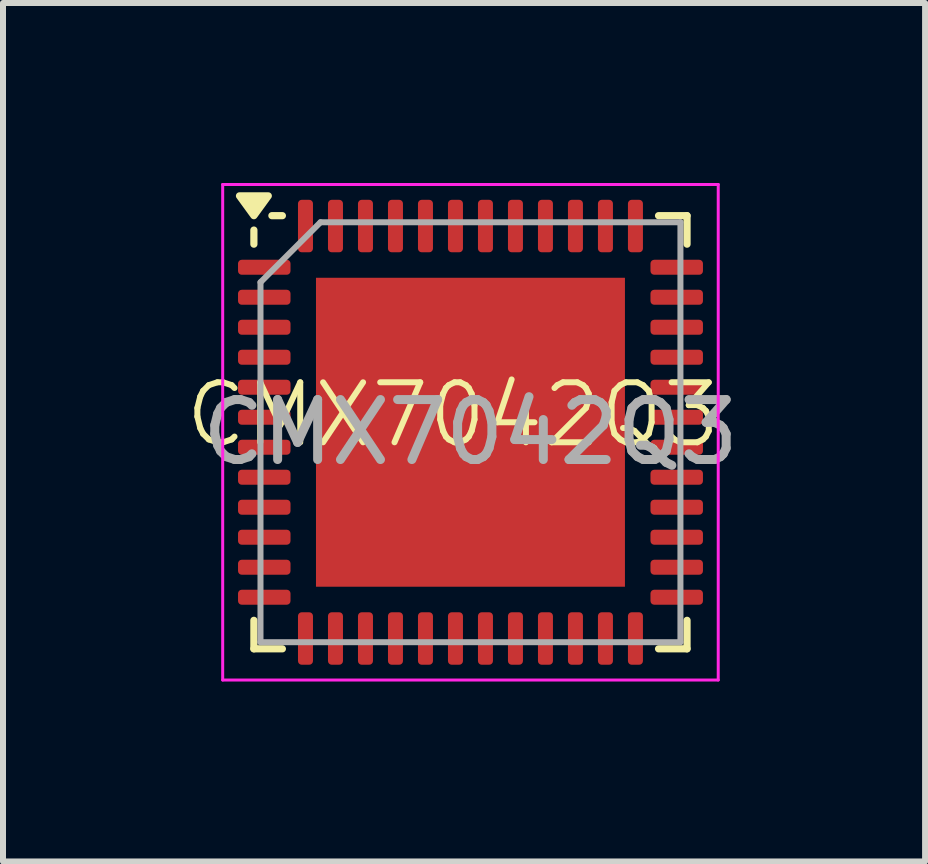
<source format=kicad_pcb>
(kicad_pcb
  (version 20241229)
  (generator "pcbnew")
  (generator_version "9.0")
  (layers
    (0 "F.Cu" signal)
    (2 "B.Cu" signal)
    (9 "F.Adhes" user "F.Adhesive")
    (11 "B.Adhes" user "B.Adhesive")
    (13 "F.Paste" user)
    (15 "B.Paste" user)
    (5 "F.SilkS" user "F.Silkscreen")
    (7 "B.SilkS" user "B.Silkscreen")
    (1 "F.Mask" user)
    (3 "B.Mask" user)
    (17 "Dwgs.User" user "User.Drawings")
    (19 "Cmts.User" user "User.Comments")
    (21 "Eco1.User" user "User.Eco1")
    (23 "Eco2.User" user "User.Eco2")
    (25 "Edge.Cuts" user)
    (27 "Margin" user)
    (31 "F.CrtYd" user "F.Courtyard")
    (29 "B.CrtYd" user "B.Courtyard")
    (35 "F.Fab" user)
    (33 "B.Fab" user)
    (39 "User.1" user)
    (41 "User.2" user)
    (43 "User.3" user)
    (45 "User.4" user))
  (footprint "CMX7042Q3"
    (layer "F.Cu")
    (at 4.502 4.365)
    (property "Reference" "CMX7042Q3" (at 0 -0.5 0) (unlocked yes) (layer "F.SilkS") (effects (font (size 1 1) (thickness 0.1))))
    (attr smd)
    (fp_line (start -3.32 -3.345) (end -3.32 -3.58) (stroke (width 0.12) (type solid)) (layer "F.SilkS"))
    (fp_line (start -3.32 3.4) (end -3.32 2.925) (stroke (width 0.12) (type solid)) (layer "F.SilkS"))
    (fp_line (start -2.845 -3.82) (end -3.02 -3.82) (stroke (width 0.12) (type solid)) (layer "F.SilkS"))
    (fp_line (start -2.845 3.4) (end -3.32 3.4) (stroke (width 0.12) (type solid)) (layer "F.SilkS"))
    (fp_line (start 3.425 -3.82) (end 3.9 -3.82) (stroke (width 0.12) (type solid)) (layer "F.SilkS"))
    (fp_line (start 3.425 3.4) (end 3.9 3.4) (stroke (width 0.12) (type solid)) (layer "F.SilkS"))
    (fp_line (start 3.9 -3.82) (end 3.9 -3.345) (stroke (width 0.12) (type solid)) (layer "F.SilkS"))
    (fp_line (start 3.9 3.4) (end 3.9 2.925) (stroke (width 0.12) (type solid)) (layer "F.SilkS"))
    (fp_poly (pts (xy -3.32 -3.82) (xy -3.56 -4.15) (xy -3.08 -4.15) (xy -3.32 -3.82)) (stroke (width 0.12) (type solid)) (fill yes) (layer "F.SilkS"))
    (fp_line (start -3.84 -4.34) (end -3.84 3.92) (stroke (width 0.05) (type solid)) (layer "F.CrtYd"))
    (fp_line (start -3.84 3.92) (end 4.42 3.92) (stroke (width 0.05) (type solid)) (layer "F.CrtYd"))
    (fp_line (start 4.42 -4.34) (end -3.84 -4.34) (stroke (width 0.05) (type solid)) (layer "F.CrtYd"))
    (fp_line (start 4.42 3.92) (end 4.42 -4.34) (stroke (width 0.05) (type solid)) (layer "F.CrtYd"))
    (fp_line (start -3.21 -2.71) (end -2.21 -3.71) (stroke (width 0.1) (type solid)) (layer "F.Fab"))
    (fp_line (start -3.21 3.29) (end -3.21 -2.71) (stroke (width 0.1) (type solid)) (layer "F.Fab"))
    (fp_line (start -2.21 -3.71) (end 3.79 -3.71) (stroke (width 0.1) (type solid)) (layer "F.Fab"))
    (fp_line (start 3.79 -3.71) (end 3.79 3.29) (stroke (width 0.1) (type solid)) (layer "F.Fab"))
    (fp_line (start 3.79 3.29) (end -3.21 3.29) (stroke (width 0.1) (type solid)) (layer "F.Fab"))
    (fp_text user "${REFERENCE}" (at 0.29 -0.21 0) (layer "F.Fab") (effects (font (size 1 1) (thickness 0.15))))
    (pad "" smd roundrect (at -1 -1.5) (size 2.08 2.08) (layers "F.Paste") (roundrect_rratio 0.12))
    (pad "" smd roundrect (at -1 1.08) (size 2.08 2.08) (layers "F.Paste") (roundrect_rratio 0.12))
    (pad "" smd roundrect (at 1.58 -1.5) (size 2.08 2.08) (layers "F.Paste") (roundrect_rratio 0.12))
    (pad "" smd roundrect (at 1.58 1.08) (size 2.08 2.08) (layers "F.Paste") (roundrect_rratio 0.12))
    (pad "1" smd roundrect (at -3.147 -2.96) (size 0.875 0.25) (layers "F.Cu" "F.Mask" "F.Paste") (roundrect_rratio 0.25))
    (pad "2" smd roundrect (at -3.147 -2.46) (size 0.875 0.25) (layers "F.Cu" "F.Mask" "F.Paste") (roundrect_rratio 0.25))
    (pad "3" smd roundrect (at -3.147 -1.96) (size 0.875 0.25) (layers "F.Cu" "F.Mask" "F.Paste") (roundrect_rratio 0.25))
    (pad "4" smd roundrect (at -3.147 -1.46) (size 0.875 0.25) (layers "F.Cu" "F.Mask" "F.Paste") (roundrect_rratio 0.25))
    (pad "5" smd roundrect (at -3.147 -0.96) (size 0.875 0.25) (layers "F.Cu" "F.Mask" "F.Paste") (roundrect_rratio 0.25))
    (pad "6" smd roundrect (at -3.147 -0.46) (size 0.875 0.25) (layers "F.Cu" "F.Mask" "F.Paste") (roundrect_rratio 0.25))
    (pad "7" smd roundrect (at -3.147 0.04) (size 0.875 0.25) (layers "F.Cu" "F.Mask" "F.Paste") (roundrect_rratio 0.25))
    (pad "8" smd roundrect (at -3.147 0.54) (size 0.875 0.25) (layers "F.Cu" "F.Mask" "F.Paste") (roundrect_rratio 0.25))
    (pad "9" smd roundrect (at -3.147 1.04) (size 0.875 0.25) (layers "F.Cu" "F.Mask" "F.Paste") (roundrect_rratio 0.25))
    (pad "10" smd roundrect (at -3.147 1.54) (size 0.875 0.25) (layers "F.Cu" "F.Mask" "F.Paste") (roundrect_rratio 0.25))
    (pad "11" smd roundrect (at -3.147 2.04) (size 0.875 0.25) (layers "F.Cu" "F.Mask" "F.Paste") (roundrect_rratio 0.25))
    (pad "12" smd roundrect (at -3.147 2.54) (size 0.875 0.25) (layers "F.Cu" "F.Mask" "F.Paste") (roundrect_rratio 0.25))
    (pad "13" smd roundrect (at -2.46 3.228) (size 0.25 0.875) (layers "F.Cu" "F.Mask" "F.Paste") (roundrect_rratio 0.25))
    (pad "14" smd roundrect (at -1.96 3.228) (size 0.25 0.875) (layers "F.Cu" "F.Mask" "F.Paste") (roundrect_rratio 0.25))
    (pad "15" smd roundrect (at -1.46 3.228) (size 0.25 0.875) (layers "F.Cu" "F.Mask" "F.Paste") (roundrect_rratio 0.25))
    (pad "16" smd roundrect (at -0.96 3.228) (size 0.25 0.875) (layers "F.Cu" "F.Mask" "F.Paste") (roundrect_rratio 0.25))
    (pad "17" smd roundrect (at -0.46 3.228) (size 0.25 0.875) (layers "F.Cu" "F.Mask" "F.Paste") (roundrect_rratio 0.25))
    (pad "18" smd roundrect (at 0.04 3.228) (size 0.25 0.875) (layers "F.Cu" "F.Mask" "F.Paste") (roundrect_rratio 0.25))
    (pad "19" smd roundrect (at 0.54 3.228) (size 0.25 0.875) (layers "F.Cu" "F.Mask" "F.Paste") (roundrect_rratio 0.25))
    (pad "20" smd roundrect (at 1.04 3.228) (size 0.25 0.875) (layers "F.Cu" "F.Mask" "F.Paste") (roundrect_rratio 0.25))
    (pad "21" smd roundrect (at 1.54 3.228) (size 0.25 0.875) (layers "F.Cu" "F.Mask" "F.Paste") (roundrect_rratio 0.25))
    (pad "22" smd roundrect (at 2.04 3.228) (size 0.25 0.875) (layers "F.Cu" "F.Mask" "F.Paste") (roundrect_rratio 0.25))
    (pad "23" smd roundrect (at 2.54 3.228) (size 0.25 0.875) (layers "F.Cu" "F.Mask" "F.Paste") (roundrect_rratio 0.25))
    (pad "24" smd roundrect (at 3.04 3.228) (size 0.25 0.875) (layers "F.Cu" "F.Mask" "F.Paste") (roundrect_rratio 0.25))
    (pad "25" smd roundrect (at 3.728 2.54) (size 0.875 0.25) (layers "F.Cu" "F.Mask" "F.Paste") (roundrect_rratio 0.25))
    (pad "26" smd roundrect (at 3.728 2.04) (size 0.875 0.25) (layers "F.Cu" "F.Mask" "F.Paste") (roundrect_rratio 0.25))
    (pad "27" smd roundrect (at 3.728 1.54) (size 0.875 0.25) (layers "F.Cu" "F.Mask" "F.Paste") (roundrect_rratio 0.25))
    (pad "28" smd roundrect (at 3.728 1.04) (size 0.875 0.25) (layers "F.Cu" "F.Mask" "F.Paste") (roundrect_rratio 0.25))
    (pad "29" smd roundrect (at 3.728 0.54) (size 0.875 0.25) (layers "F.Cu" "F.Mask" "F.Paste") (roundrect_rratio 0.25))
    (pad "30" smd roundrect (at 3.728 0.04) (size 0.875 0.25) (layers "F.Cu" "F.Mask" "F.Paste") (roundrect_rratio 0.25))
    (pad "31" smd roundrect (at 3.728 -0.46) (size 0.875 0.25) (layers "F.Cu" "F.Mask" "F.Paste") (roundrect_rratio 0.25))
    (pad "32" smd roundrect (at 3.728 -0.96) (size 0.875 0.25) (layers "F.Cu" "F.Mask" "F.Paste") (roundrect_rratio 0.25))
    (pad "33" smd roundrect (at 3.728 -1.46) (size 0.875 0.25) (layers "F.Cu" "F.Mask" "F.Paste") (roundrect_rratio 0.25))
    (pad "34" smd roundrect (at 3.728 -1.96) (size 0.875 0.25) (layers "F.Cu" "F.Mask" "F.Paste") (roundrect_rratio 0.25))
    (pad "35" smd roundrect (at 3.728 -2.46) (size 0.875 0.25) (layers "F.Cu" "F.Mask" "F.Paste") (roundrect_rratio 0.25))
    (pad "36" smd roundrect (at 3.728 -2.96) (size 0.875 0.25) (layers "F.Cu" "F.Mask" "F.Paste") (roundrect_rratio 0.25))
    (pad "37" smd roundrect (at 3.04 -3.647) (size 0.25 0.875) (layers "F.Cu" "F.Mask" "F.Paste") (roundrect_rratio 0.25))
    (pad "38" smd roundrect (at 2.54 -3.647) (size 0.25 0.875) (layers "F.Cu" "F.Mask" "F.Paste") (roundrect_rratio 0.25))
    (pad "39" smd roundrect (at 2.04 -3.647) (size 0.25 0.875) (layers "F.Cu" "F.Mask" "F.Paste") (roundrect_rratio 0.25))
    (pad "40" smd roundrect (at 1.54 -3.647) (size 0.25 0.875) (layers "F.Cu" "F.Mask" "F.Paste") (roundrect_rratio 0.25))
    (pad "41" smd roundrect (at 1.04 -3.647) (size 0.25 0.875) (layers "F.Cu" "F.Mask" "F.Paste") (roundrect_rratio 0.25))
    (pad "42" smd roundrect (at 0.54 -3.647) (size 0.25 0.875) (layers "F.Cu" "F.Mask" "F.Paste") (roundrect_rratio 0.25))
    (pad "43" smd roundrect (at 0.04 -3.647) (size 0.25 0.875) (layers "F.Cu" "F.Mask" "F.Paste") (roundrect_rratio 0.25))
    (pad "44" smd roundrect (at -0.46 -3.647) (size 0.25 0.875) (layers "F.Cu" "F.Mask" "F.Paste") (roundrect_rratio 0.25))
    (pad "45" smd roundrect (at -0.96 -3.647) (size 0.25 0.875) (layers "F.Cu" "F.Mask" "F.Paste") (roundrect_rratio 0.25))
    (pad "46" smd roundrect (at -1.46 -3.647) (size 0.25 0.875) (layers "F.Cu" "F.Mask" "F.Paste") (roundrect_rratio 0.25))
    (pad "47" smd roundrect (at -1.96 -3.647) (size 0.25 0.875) (layers "F.Cu" "F.Mask" "F.Paste") (roundrect_rratio 0.25))
    (pad "48" smd roundrect (at -2.46 -3.647) (size 0.25 0.875) (layers "F.Cu" "F.Mask" "F.Paste") (roundrect_rratio 0.25))
    (pad "49" smd rect (at 0.29 -0.21) (size 5.15 5.15) (property pad_prop_heatsink) (layers "F.Cu" "F.Mask")))
  (gr_rect
    (start -3 -3)
    (end 12.37 11.31)
    (stroke (width 0.1) (type default))
    (fill no)
    (layer "Edge.Cuts")))
</source>
